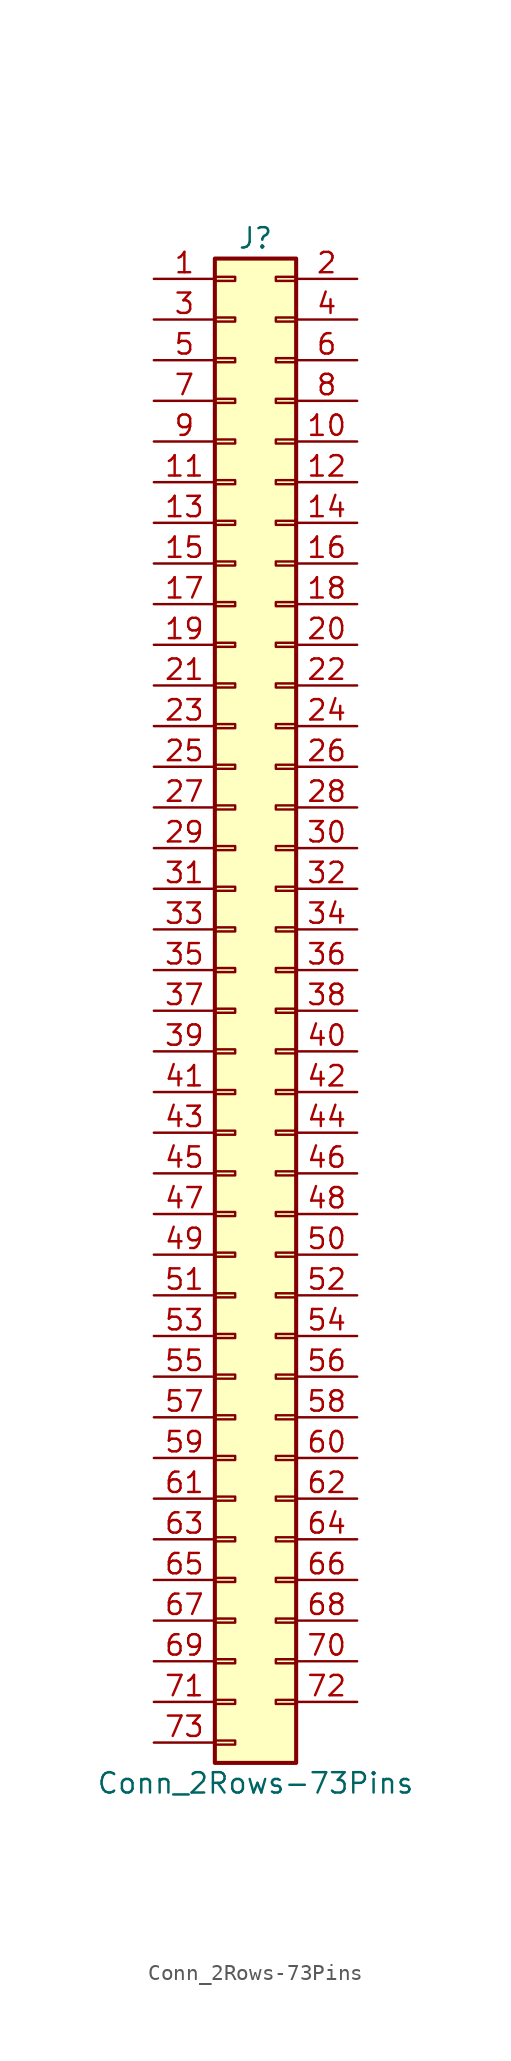
<source format=kicad_sym>
(kicad_symbol_lib
  (version 20211014)
  (generator kicad_symbol_editor)
  (symbol "Conn_2Rows-73Pins"
    (pin_names
      (offset 1.016) hide)
    (property "Reference" "J"
      (at 1.27 48.26 0)
      (effects (font (size 1.27 1.27))))
    (property "Value" "Conn_2Rows-73Pins"
      (at 1.27 -48.26 0)
      (effects (font (size 1.27 1.27))))
    (symbol "Conn_2Rows-73Pins_1_1"
      (rectangle (start -1.27 -45.593) (end 0 -45.847) (stroke (width 0.152) (type default) (color 0 0 0 0)) (fill (type none)))
      (rectangle (start -1.27 -43.053) (end 0 -43.307) (stroke (width 0.152) (type default) (color 0 0 0 0)) (fill (type none)))
      (rectangle (start -1.27 -40.513) (end 0 -40.767) (stroke (width 0.152) (type default) (color 0 0 0 0)) (fill (type none)))
      (rectangle (start -1.27 -37.973) (end 0 -38.227) (stroke (width 0.152) (type default) (color 0 0 0 0)) (fill (type none)))
      (rectangle (start -1.27 -35.433) (end 0 -35.687) (stroke (width 0.152) (type default) (color 0 0 0 0)) (fill (type none)))
      (rectangle (start -1.27 -32.893) (end 0 -33.147) (stroke (width 0.152) (type default) (color 0 0 0 0)) (fill (type none)))
      (rectangle (start -1.27 -30.353) (end 0 -30.607) (stroke (width 0.152) (type default) (color 0 0 0 0)) (fill (type none)))
      (rectangle (start -1.27 -27.813) (end 0 -28.067) (stroke (width 0.152) (type default) (color 0 0 0 0)) (fill (type none)))
      (rectangle (start -1.27 -25.273) (end 0 -25.527) (stroke (width 0.152) (type default) (color 0 0 0 0)) (fill (type none)))
      (rectangle (start -1.27 -22.733) (end 0 -22.987) (stroke (width 0.152) (type default) (color 0 0 0 0)) (fill (type none)))
      (rectangle (start -1.27 -20.193) (end 0 -20.447) (stroke (width 0.152) (type default) (color 0 0 0 0)) (fill (type none)))
      (rectangle (start -1.27 -17.653) (end 0 -17.907) (stroke (width 0.152) (type default) (color 0 0 0 0)) (fill (type none)))
      (rectangle (start -1.27 -15.113) (end 0 -15.367) (stroke (width 0.152) (type default) (color 0 0 0 0)) (fill (type none)))
      (rectangle (start -1.27 -12.573) (end 0 -12.827) (stroke (width 0.152) (type default) (color 0 0 0 0)) (fill (type none)))
      (rectangle (start -1.27 -10.033) (end 0 -10.287) (stroke (width 0.152) (type default) (color 0 0 0 0)) (fill (type none)))
      (rectangle (start -1.27 -7.493) (end 0 -7.747) (stroke (width 0.152) (type default) (color 0 0 0 0)) (fill (type none)))
      (rectangle (start -1.27 -4.953) (end 0 -5.207) (stroke (width 0.152) (type default) (color 0 0 0 0)) (fill (type none)))
      (rectangle (start -1.27 -2.413) (end 0 -2.667) (stroke (width 0.152) (type default) (color 0 0 0 0)) (fill (type none)))
      (rectangle (start -1.27 0.127) (end 0 -0.127) (stroke (width 0.152) (type default) (color 0 0 0 0)) (fill (type none)))
      (rectangle (start -1.27 2.667) (end 0 2.413) (stroke (width 0.152) (type default) (color 0 0 0 0)) (fill (type none)))
      (rectangle (start -1.27 5.207) (end 0 4.953) (stroke (width 0.152) (type default) (color 0 0 0 0)) (fill (type none)))
      (rectangle (start -1.27 7.747) (end 0 7.493) (stroke (width 0.152) (type default) (color 0 0 0 0)) (fill (type none)))
      (rectangle (start -1.27 10.287) (end 0 10.033) (stroke (width 0.152) (type default) (color 0 0 0 0)) (fill (type none)))
      (rectangle (start -1.27 12.827) (end 0 12.573) (stroke (width 0.152) (type default) (color 0 0 0 0)) (fill (type none)))
      (rectangle (start -1.27 15.367) (end 0 15.113) (stroke (width 0.152) (type default) (color 0 0 0 0)) (fill (type none)))
      (rectangle (start -1.27 17.907) (end 0 17.653) (stroke (width 0.152) (type default) (color 0 0 0 0)) (fill (type none)))
      (rectangle (start -1.27 20.447) (end 0 20.193) (stroke (width 0.152) (type default) (color 0 0 0 0)) (fill (type none)))
      (rectangle (start -1.27 22.987) (end 0 22.733) (stroke (width 0.152) (type default) (color 0 0 0 0)) (fill (type none)))
      (rectangle (start -1.27 25.527) (end 0 25.273) (stroke (width 0.152) (type default) (color 0 0 0 0)) (fill (type none)))
      (rectangle (start -1.27 28.067) (end 0 27.813) (stroke (width 0.152) (type default) (color 0 0 0 0)) (fill (type none)))
      (rectangle (start -1.27 30.607) (end 0 30.353) (stroke (width 0.152) (type default) (color 0 0 0 0)) (fill (type none)))
      (rectangle (start -1.27 33.147) (end 0 32.893) (stroke (width 0.152) (type default) (color 0 0 0 0)) (fill (type none)))
      (rectangle (start -1.27 35.687) (end 0 35.433) (stroke (width 0.152) (type default) (color 0 0 0 0)) (fill (type none)))
      (rectangle (start -1.27 38.227) (end 0 37.973) (stroke (width 0.152) (type default) (color 0 0 0 0)) (fill (type none)))
      (rectangle (start -1.27 40.767) (end 0 40.513) (stroke (width 0.152) (type default) (color 0 0 0 0)) (fill (type none)))
      (rectangle (start -1.27 43.307) (end 0 43.053) (stroke (width 0.152) (type default) (color 0 0 0 0)) (fill (type none)))
      (rectangle (start -1.27 45.847) (end 0 45.593) (stroke (width 0.152) (type default) (color 0 0 0 0)) (fill (type none)))
      (rectangle (start -1.27 46.99) (end 3.81 -46.99) (stroke (width 0.254) (type default) (color 0 0 0 0)) (fill (type background)))
      (rectangle (start 3.81 -43.053) (end 2.54 -43.307) (stroke (width 0.152) (type default) (color 0 0 0 0)) (fill (type none)))
      (rectangle (start 3.81 -40.513) (end 2.54 -40.767) (stroke (width 0.152) (type default) (color 0 0 0 0)) (fill (type none)))
      (rectangle (start 3.81 -37.973) (end 2.54 -38.227) (stroke (width 0.152) (type default) (color 0 0 0 0)) (fill (type none)))
      (rectangle (start 3.81 -35.433) (end 2.54 -35.687) (stroke (width 0.152) (type default) (color 0 0 0 0)) (fill (type none)))
      (rectangle (start 3.81 -32.893) (end 2.54 -33.147) (stroke (width 0.152) (type default) (color 0 0 0 0)) (fill (type none)))
      (rectangle (start 3.81 -30.353) (end 2.54 -30.607) (stroke (width 0.152) (type default) (color 0 0 0 0)) (fill (type none)))
      (rectangle (start 3.81 -27.813) (end 2.54 -28.067) (stroke (width 0.152) (type default) (color 0 0 0 0)) (fill (type none)))
      (rectangle (start 3.81 -25.273) (end 2.54 -25.527) (stroke (width 0.152) (type default) (color 0 0 0 0)) (fill (type none)))
      (rectangle (start 3.81 -22.733) (end 2.54 -22.987) (stroke (width 0.152) (type default) (color 0 0 0 0)) (fill (type none)))
      (rectangle (start 3.81 -20.193) (end 2.54 -20.447) (stroke (width 0.152) (type default) (color 0 0 0 0)) (fill (type none)))
      (rectangle (start 3.81 -17.653) (end 2.54 -17.907) (stroke (width 0.152) (type default) (color 0 0 0 0)) (fill (type none)))
      (rectangle (start 3.81 -15.113) (end 2.54 -15.367) (stroke (width 0.152) (type default) (color 0 0 0 0)) (fill (type none)))
      (rectangle (start 3.81 -12.573) (end 2.54 -12.827) (stroke (width 0.152) (type default) (color 0 0 0 0)) (fill (type none)))
      (rectangle (start 3.81 -10.033) (end 2.54 -10.287) (stroke (width 0.152) (type default) (color 0 0 0 0)) (fill (type none)))
      (rectangle (start 3.81 -7.493) (end 2.54 -7.747) (stroke (width 0.152) (type default) (color 0 0 0 0)) (fill (type none)))
      (rectangle (start 3.81 -4.953) (end 2.54 -5.207) (stroke (width 0.152) (type default) (color 0 0 0 0)) (fill (type none)))
      (rectangle (start 3.81 -2.413) (end 2.54 -2.667) (stroke (width 0.152) (type default) (color 0 0 0 0)) (fill (type none)))
      (rectangle (start 3.81 0.127) (end 2.54 -0.127) (stroke (width 0.152) (type default) (color 0 0 0 0)) (fill (type none)))
      (rectangle (start 3.81 2.667) (end 2.54 2.413) (stroke (width 0.152) (type default) (color 0 0 0 0)) (fill (type none)))
      (rectangle (start 3.81 5.207) (end 2.54 4.953) (stroke (width 0.152) (type default) (color 0 0 0 0)) (fill (type none)))
      (rectangle (start 3.81 7.747) (end 2.54 7.493) (stroke (width 0.152) (type default) (color 0 0 0 0)) (fill (type none)))
      (rectangle (start 3.81 10.287) (end 2.54 10.033) (stroke (width 0.152) (type default) (color 0 0 0 0)) (fill (type none)))
      (rectangle (start 3.81 12.827) (end 2.54 12.573) (stroke (width 0.152) (type default) (color 0 0 0 0)) (fill (type none)))
      (rectangle (start 3.81 15.367) (end 2.54 15.113) (stroke (width 0.152) (type default) (color 0 0 0 0)) (fill (type none)))
      (rectangle (start 3.81 17.907) (end 2.54 17.653) (stroke (width 0.152) (type default) (color 0 0 0 0)) (fill (type none)))
      (rectangle (start 3.81 20.447) (end 2.54 20.193) (stroke (width 0.152) (type default) (color 0 0 0 0)) (fill (type none)))
      (rectangle (start 3.81 22.987) (end 2.54 22.733) (stroke (width 0.152) (type default) (color 0 0 0 0)) (fill (type none)))
      (rectangle (start 3.81 25.527) (end 2.54 25.273) (stroke (width 0.152) (type default) (color 0 0 0 0)) (fill (type none)))
      (rectangle (start 3.81 28.067) (end 2.54 27.813) (stroke (width 0.152) (type default) (color 0 0 0 0)) (fill (type none)))
      (rectangle (start 3.81 30.607) (end 2.54 30.353) (stroke (width 0.152) (type default) (color 0 0 0 0)) (fill (type none)))
      (rectangle (start 3.81 33.147) (end 2.54 32.893) (stroke (width 0.152) (type default) (color 0 0 0 0)) (fill (type none)))
      (rectangle (start 3.81 35.687) (end 2.54 35.433) (stroke (width 0.152) (type default) (color 0 0 0 0)) (fill (type none)))
      (rectangle (start 3.81 38.227) (end 2.54 37.973) (stroke (width 0.152) (type default) (color 0 0 0 0)) (fill (type none)))
      (rectangle (start 3.81 40.767) (end 2.54 40.513) (stroke (width 0.152) (type default) (color 0 0 0 0)) (fill (type none)))
      (rectangle (start 3.81 43.307) (end 2.54 43.053) (stroke (width 0.152) (type default) (color 0 0 0 0)) (fill (type none)))
      (rectangle (start 3.81 45.847) (end 2.54 45.593) (stroke (width 0.152) (type default) (color 0 0 0 0)) (fill (type none)))
      (pin passive line (at -5.08 45.72 0) (length 3.81) (name "Pin_1" (effects (font (size 1.27 1.27)))) (number "1" (effects (font (size 1.27 1.27)))))
      (pin passive line (at 7.62 35.56 180) (length 3.81) (name "Pin_10" (effects (font (size 1.27 1.27)))) (number "10" (effects (font (size 1.27 1.27)))))
      (pin passive line (at -5.08 33.02 0) (length 3.81) (name "Pin_11" (effects (font (size 1.27 1.27)))) (number "11" (effects (font (size 1.27 1.27)))))
      (pin passive line (at 7.62 33.02 180) (length 3.81) (name "Pin_12" (effects (font (size 1.27 1.27)))) (number "12" (effects (font (size 1.27 1.27)))))
      (pin passive line (at -5.08 30.48 0) (length 3.81) (name "Pin_13" (effects (font (size 1.27 1.27)))) (number "13" (effects (font (size 1.27 1.27)))))
      (pin passive line (at 7.62 30.48 180) (length 3.81) (name "Pin_14" (effects (font (size 1.27 1.27)))) (number "14" (effects (font (size 1.27 1.27)))))
      (pin passive line (at -5.08 27.94 0) (length 3.81) (name "Pin_15" (effects (font (size 1.27 1.27)))) (number "15" (effects (font (size 1.27 1.27)))))
      (pin passive line (at 7.62 27.94 180) (length 3.81) (name "Pin_16" (effects (font (size 1.27 1.27)))) (number "16" (effects (font (size 1.27 1.27)))))
      (pin passive line (at -5.08 25.4 0) (length 3.81) (name "Pin_17" (effects (font (size 1.27 1.27)))) (number "17" (effects (font (size 1.27 1.27)))))
      (pin passive line (at 7.62 25.4 180) (length 3.81) (name "Pin_18" (effects (font (size 1.27 1.27)))) (number "18" (effects (font (size 1.27 1.27)))))
      (pin passive line (at -5.08 22.86 0) (length 3.81) (name "Pin_19" (effects (font (size 1.27 1.27)))) (number "19" (effects (font (size 1.27 1.27)))))
      (pin passive line (at 7.62 45.72 180) (length 3.81) (name "Pin_2" (effects (font (size 1.27 1.27)))) (number "2" (effects (font (size 1.27 1.27)))))
      (pin passive line (at 7.62 22.86 180) (length 3.81) (name "Pin_20" (effects (font (size 1.27 1.27)))) (number "20" (effects (font (size 1.27 1.27)))))
      (pin passive line (at -5.08 20.32 0) (length 3.81) (name "Pin_21" (effects (font (size 1.27 1.27)))) (number "21" (effects (font (size 1.27 1.27)))))
      (pin passive line (at 7.62 20.32 180) (length 3.81) (name "Pin_22" (effects (font (size 1.27 1.27)))) (number "22" (effects (font (size 1.27 1.27)))))
      (pin passive line (at -5.08 17.78 0) (length 3.81) (name "Pin_23" (effects (font (size 1.27 1.27)))) (number "23" (effects (font (size 1.27 1.27)))))
      (pin passive line (at 7.62 17.78 180) (length 3.81) (name "Pin_24" (effects (font (size 1.27 1.27)))) (number "24" (effects (font (size 1.27 1.27)))))
      (pin passive line (at -5.08 15.24 0) (length 3.81) (name "Pin_25" (effects (font (size 1.27 1.27)))) (number "25" (effects (font (size 1.27 1.27)))))
      (pin passive line (at 7.62 15.24 180) (length 3.81) (name "Pin_26" (effects (font (size 1.27 1.27)))) (number "26" (effects (font (size 1.27 1.27)))))
      (pin passive line (at -5.08 12.7 0) (length 3.81) (name "Pin_27" (effects (font (size 1.27 1.27)))) (number "27" (effects (font (size 1.27 1.27)))))
      (pin passive line (at 7.62 12.7 180) (length 3.81) (name "Pin_28" (effects (font (size 1.27 1.27)))) (number "28" (effects (font (size 1.27 1.27)))))
      (pin passive line (at -5.08 10.16 0) (length 3.81) (name "Pin_29" (effects (font (size 1.27 1.27)))) (number "29" (effects (font (size 1.27 1.27)))))
      (pin passive line (at -5.08 43.18 0) (length 3.81) (name "Pin_3" (effects (font (size 1.27 1.27)))) (number "3" (effects (font (size 1.27 1.27)))))
      (pin passive line (at 7.62 10.16 180) (length 3.81) (name "Pin_30" (effects (font (size 1.27 1.27)))) (number "30" (effects (font (size 1.27 1.27)))))
      (pin passive line (at -5.08 7.62 0) (length 3.81) (name "Pin_31" (effects (font (size 1.27 1.27)))) (number "31" (effects (font (size 1.27 1.27)))))
      (pin passive line (at 7.62 7.62 180) (length 3.81) (name "Pin_32" (effects (font (size 1.27 1.27)))) (number "32" (effects (font (size 1.27 1.27)))))
      (pin passive line (at -5.08 5.08 0) (length 3.81) (name "Pin_33" (effects (font (size 1.27 1.27)))) (number "33" (effects (font (size 1.27 1.27)))))
      (pin passive line (at 7.62 5.08 180) (length 3.81) (name "Pin_34" (effects (font (size 1.27 1.27)))) (number "34" (effects (font (size 1.27 1.27)))))
      (pin passive line (at -5.08 2.54 0) (length 3.81) (name "Pin_35" (effects (font (size 1.27 1.27)))) (number "35" (effects (font (size 1.27 1.27)))))
      (pin passive line (at 7.62 2.54 180) (length 3.81) (name "Pin_36" (effects (font (size 1.27 1.27)))) (number "36" (effects (font (size 1.27 1.27)))))
      (pin passive line (at -5.08 0 0) (length 3.81) (name "Pin_37" (effects (font (size 1.27 1.27)))) (number "37" (effects (font (size 1.27 1.27)))))
      (pin passive line (at 7.62 0 180) (length 3.81) (name "Pin_38" (effects (font (size 1.27 1.27)))) (number "38" (effects (font (size 1.27 1.27)))))
      (pin passive line (at -5.08 -2.54 0) (length 3.81) (name "Pin_39" (effects (font (size 1.27 1.27)))) (number "39" (effects (font (size 1.27 1.27)))))
      (pin passive line (at 7.62 43.18 180) (length 3.81) (name "Pin_4" (effects (font (size 1.27 1.27)))) (number "4" (effects (font (size 1.27 1.27)))))
      (pin passive line (at 7.62 -2.54 180) (length 3.81) (name "Pin_40" (effects (font (size 1.27 1.27)))) (number "40" (effects (font (size 1.27 1.27)))))
      (pin passive line (at -5.08 -5.08 0) (length 3.81) (name "Pin_41" (effects (font (size 1.27 1.27)))) (number "41" (effects (font (size 1.27 1.27)))))
      (pin passive line (at 7.62 -5.08 180) (length 3.81) (name "Pin_42" (effects (font (size 1.27 1.27)))) (number "42" (effects (font (size 1.27 1.27)))))
      (pin passive line (at -5.08 -7.62 0) (length 3.81) (name "Pin_43" (effects (font (size 1.27 1.27)))) (number "43" (effects (font (size 1.27 1.27)))))
      (pin passive line (at 7.62 -7.62 180) (length 3.81) (name "Pin_44" (effects (font (size 1.27 1.27)))) (number "44" (effects (font (size 1.27 1.27)))))
      (pin passive line (at -5.08 -10.16 0) (length 3.81) (name "Pin_45" (effects (font (size 1.27 1.27)))) (number "45" (effects (font (size 1.27 1.27)))))
      (pin passive line (at 7.62 -10.16 180) (length 3.81) (name "Pin_46" (effects (font (size 1.27 1.27)))) (number "46" (effects (font (size 1.27 1.27)))))
      (pin passive line (at -5.08 -12.7 0) (length 3.81) (name "Pin_47" (effects (font (size 1.27 1.27)))) (number "47" (effects (font (size 1.27 1.27)))))
      (pin passive line (at 7.62 -12.7 180) (length 3.81) (name "Pin_48" (effects (font (size 1.27 1.27)))) (number "48" (effects (font (size 1.27 1.27)))))
      (pin passive line (at -5.08 -15.24 0) (length 3.81) (name "Pin_49" (effects (font (size 1.27 1.27)))) (number "49" (effects (font (size 1.27 1.27)))))
      (pin passive line (at -5.08 40.64 0) (length 3.81) (name "Pin_5" (effects (font (size 1.27 1.27)))) (number "5" (effects (font (size 1.27 1.27)))))
      (pin passive line (at 7.62 -15.24 180) (length 3.81) (name "Pin_50" (effects (font (size 1.27 1.27)))) (number "50" (effects (font (size 1.27 1.27)))))
      (pin passive line (at -5.08 -17.78 0) (length 3.81) (name "Pin_51" (effects (font (size 1.27 1.27)))) (number "51" (effects (font (size 1.27 1.27)))))
      (pin passive line (at 7.62 -17.78 180) (length 3.81) (name "Pin_52" (effects (font (size 1.27 1.27)))) (number "52" (effects (font (size 1.27 1.27)))))
      (pin passive line (at -5.08 -20.32 0) (length 3.81) (name "Pin_53" (effects (font (size 1.27 1.27)))) (number "53" (effects (font (size 1.27 1.27)))))
      (pin passive line (at 7.62 -20.32 180) (length 3.81) (name "Pin_54" (effects (font (size 1.27 1.27)))) (number "54" (effects (font (size 1.27 1.27)))))
      (pin passive line (at -5.08 -22.86 0) (length 3.81) (name "Pin_55" (effects (font (size 1.27 1.27)))) (number "55" (effects (font (size 1.27 1.27)))))
      (pin passive line (at 7.62 -22.86 180) (length 3.81) (name "Pin_56" (effects (font (size 1.27 1.27)))) (number "56" (effects (font (size 1.27 1.27)))))
      (pin passive line (at -5.08 -25.4 0) (length 3.81) (name "Pin_57" (effects (font (size 1.27 1.27)))) (number "57" (effects (font (size 1.27 1.27)))))
      (pin passive line (at 7.62 -25.4 180) (length 3.81) (name "Pin_58" (effects (font (size 1.27 1.27)))) (number "58" (effects (font (size 1.27 1.27)))))
      (pin passive line (at -5.08 -27.94 0) (length 3.81) (name "Pin_59" (effects (font (size 1.27 1.27)))) (number "59" (effects (font (size 1.27 1.27)))))
      (pin passive line (at 7.62 40.64 180) (length 3.81) (name "Pin_6" (effects (font (size 1.27 1.27)))) (number "6" (effects (font (size 1.27 1.27)))))
      (pin passive line (at 7.62 -27.94 180) (length 3.81) (name "Pin_60" (effects (font (size 1.27 1.27)))) (number "60" (effects (font (size 1.27 1.27)))))
      (pin passive line (at -5.08 -30.48 0) (length 3.81) (name "Pin_61" (effects (font (size 1.27 1.27)))) (number "61" (effects (font (size 1.27 1.27)))))
      (pin passive line (at 7.62 -30.48 180) (length 3.81) (name "Pin_62" (effects (font (size 1.27 1.27)))) (number "62" (effects (font (size 1.27 1.27)))))
      (pin passive line (at -5.08 -33.02 0) (length 3.81) (name "Pin_63" (effects (font (size 1.27 1.27)))) (number "63" (effects (font (size 1.27 1.27)))))
      (pin passive line (at 7.62 -33.02 180) (length 3.81) (name "Pin_64" (effects (font (size 1.27 1.27)))) (number "64" (effects (font (size 1.27 1.27)))))
      (pin passive line (at -5.08 -35.56 0) (length 3.81) (name "Pin_65" (effects (font (size 1.27 1.27)))) (number "65" (effects (font (size 1.27 1.27)))))
      (pin passive line (at 7.62 -35.56 180) (length 3.81) (name "Pin_66" (effects (font (size 1.27 1.27)))) (number "66" (effects (font (size 1.27 1.27)))))
      (pin passive line (at -5.08 -38.1 0) (length 3.81) (name "Pin_67" (effects (font (size 1.27 1.27)))) (number "67" (effects (font (size 1.27 1.27)))))
      (pin passive line (at 7.62 -38.1 180) (length 3.81) (name "Pin_68" (effects (font (size 1.27 1.27)))) (number "68" (effects (font (size 1.27 1.27)))))
      (pin passive line (at -5.08 -40.64 0) (length 3.81) (name "Pin_69" (effects (font (size 1.27 1.27)))) (number "69" (effects (font (size 1.27 1.27)))))
      (pin passive line (at -5.08 38.1 0) (length 3.81) (name "Pin_7" (effects (font (size 1.27 1.27)))) (number "7" (effects (font (size 1.27 1.27)))))
      (pin passive line (at 7.62 -40.64 180) (length 3.81) (name "Pin_70" (effects (font (size 1.27 1.27)))) (number "70" (effects (font (size 1.27 1.27)))))
      (pin passive line (at -5.08 -43.18 0) (length 3.81) (name "Pin_71" (effects (font (size 1.27 1.27)))) (number "71" (effects (font (size 1.27 1.27)))))
      (pin passive line (at 7.62 -43.18 180) (length 3.81) (name "Pin_72" (effects (font (size 1.27 1.27)))) (number "72" (effects (font (size 1.27 1.27)))))
      (pin passive line (at -5.08 -45.72 0) (length 3.81) (name "Pin_73" (effects (font (size 1.27 1.27)))) (number "73" (effects (font (size 1.27 1.27)))))
      (pin passive line (at 7.62 38.1 180) (length 3.81) (name "Pin_8" (effects (font (size 1.27 1.27)))) (number "8" (effects (font (size 1.27 1.27)))))
      (pin passive line (at -5.08 35.56 0) (length 3.81) (name "Pin_9" (effects (font (size 1.27 1.27)))) (number "9" (effects (font (size 1.27 1.27))))))))
</source>
